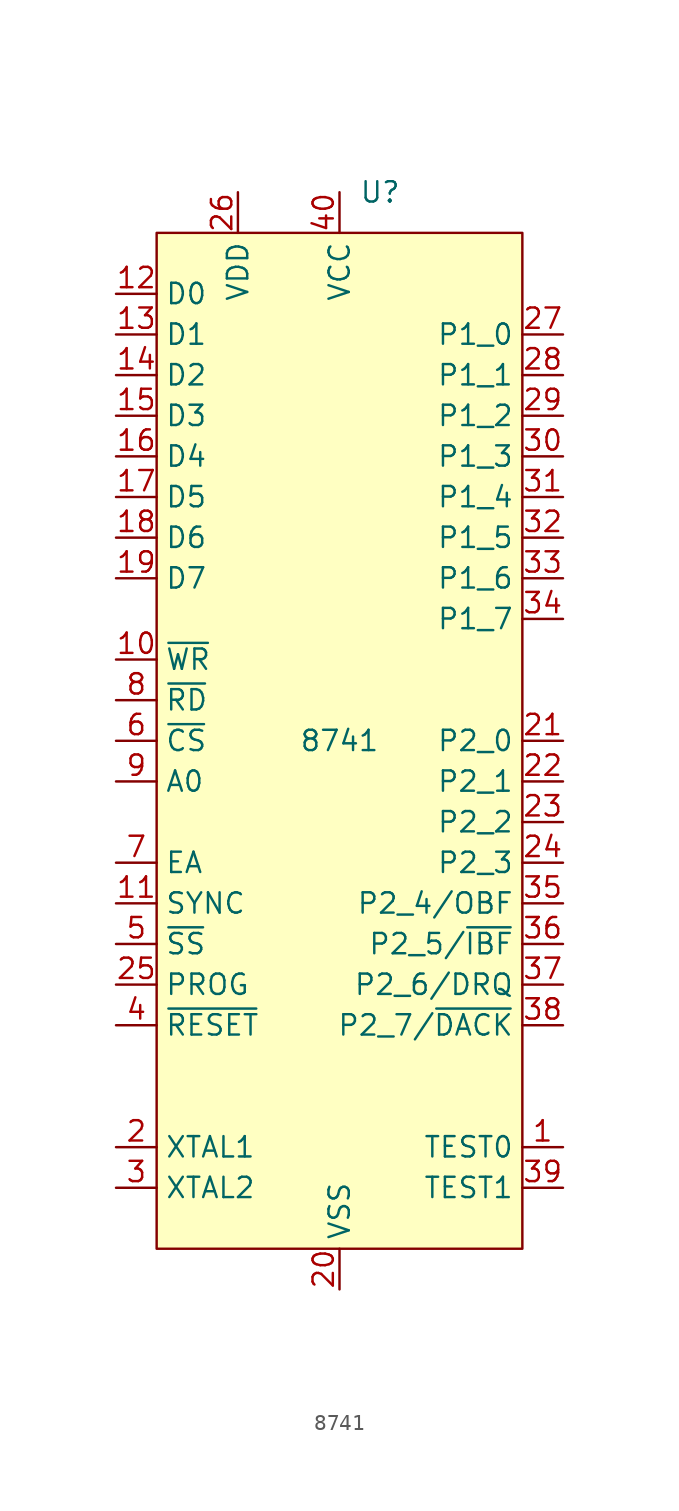
<source format=kicad_sym>
(kicad_symbol_lib
  (version 20231120)
  (generator "kicad_symbol_editor")
  (generator_version "8.0")
  (symbol "8741"
    (property "Reference" "U"
      (at 2.54 34.29 0)
      (effects (font (size 1.27 1.27))))
    (property "Value" "8741"
      (at 0 0 0)
      (effects (font (size 1.27 1.27))))
    (symbol "8741_1_1"
      (rectangle (start -11.43 31.75) (end 11.43 -31.75) (stroke (width 0) (type default)) (fill (type background)))
      (pin input line (at 13.97 -25.4 180) (length 2.54) (name "TEST0" (effects (font (size 1.27 1.27)))) (number "1" (effects (font (size 1.27 1.27)))))
      (pin input line (at -13.97 5.08 0) (length 2.54) (name "~{WR}" (effects (font (size 1.27 1.27)))) (number "10" (effects (font (size 1.27 1.27)))))
      (pin output line (at -13.97 -10.16 0) (length 2.54) (name "SYNC" (effects (font (size 1.27 1.27)))) (number "11" (effects (font (size 1.27 1.27)))))
      (pin tri_state line (at -13.97 27.94 0) (length 2.54) (name "D0" (effects (font (size 1.27 1.27)))) (number "12" (effects (font (size 1.27 1.27)))))
      (pin tri_state line (at -13.97 25.4 0) (length 2.54) (name "D1" (effects (font (size 1.27 1.27)))) (number "13" (effects (font (size 1.27 1.27)))))
      (pin tri_state line (at -13.97 22.86 0) (length 2.54) (name "D2" (effects (font (size 1.27 1.27)))) (number "14" (effects (font (size 1.27 1.27)))))
      (pin tri_state line (at -13.97 20.32 0) (length 2.54) (name "D3" (effects (font (size 1.27 1.27)))) (number "15" (effects (font (size 1.27 1.27)))))
      (pin tri_state line (at -13.97 17.78 0) (length 2.54) (name "D4" (effects (font (size 1.27 1.27)))) (number "16" (effects (font (size 1.27 1.27)))))
      (pin tri_state line (at -13.97 15.24 0) (length 2.54) (name "D5" (effects (font (size 1.27 1.27)))) (number "17" (effects (font (size 1.27 1.27)))))
      (pin tri_state line (at -13.97 12.7 0) (length 2.54) (name "D6" (effects (font (size 1.27 1.27)))) (number "18" (effects (font (size 1.27 1.27)))))
      (pin tri_state line (at -13.97 10.16 0) (length 2.54) (name "D7" (effects (font (size 1.27 1.27)))) (number "19" (effects (font (size 1.27 1.27)))))
      (pin passive line (at -13.97 -25.4 0) (length 2.54) (name "XTAL1" (effects (font (size 1.27 1.27)))) (number "2" (effects (font (size 1.27 1.27)))))
      (pin power_in line (at 0 -34.29 90) (length 2.54) (name "VSS" (effects (font (size 1.27 1.27)))) (number "20" (effects (font (size 1.27 1.27)))))
      (pin bidirectional line (at 13.97 0 180) (length 2.54) (name "P2_0" (effects (font (size 1.27 1.27)))) (number "21" (effects (font (size 1.27 1.27)))))
      (pin bidirectional line (at 13.97 -2.54 180) (length 2.54) (name "P2_1" (effects (font (size 1.27 1.27)))) (number "22" (effects (font (size 1.27 1.27)))))
      (pin bidirectional line (at 13.97 -5.08 180) (length 2.54) (name "P2_2" (effects (font (size 1.27 1.27)))) (number "23" (effects (font (size 1.27 1.27)))))
      (pin bidirectional line (at 13.97 -7.62 180) (length 2.54) (name "P2_3" (effects (font (size 1.27 1.27)))) (number "24" (effects (font (size 1.27 1.27)))))
      (pin bidirectional line (at -13.97 -15.24 0) (length 2.54) (name "PROG" (effects (font (size 1.27 1.27)))) (number "25" (effects (font (size 1.27 1.27)))))
      (pin power_in line (at -6.35 34.29 270) (length 2.54) (name "VDD" (effects (font (size 1.27 1.27)))) (number "26" (effects (font (size 1.27 1.27)))))
      (pin bidirectional line (at 13.97 25.4 180) (length 2.54) (name "P1_0" (effects (font (size 1.27 1.27)))) (number "27" (effects (font (size 1.27 1.27)))))
      (pin bidirectional line (at 13.97 22.86 180) (length 2.54) (name "P1_1" (effects (font (size 1.27 1.27)))) (number "28" (effects (font (size 1.27 1.27)))))
      (pin bidirectional line (at 13.97 20.32 180) (length 2.54) (name "P1_2" (effects (font (size 1.27 1.27)))) (number "29" (effects (font (size 1.27 1.27)))))
      (pin passive line (at -13.97 -27.94 0) (length 2.54) (name "XTAL2" (effects (font (size 1.27 1.27)))) (number "3" (effects (font (size 1.27 1.27)))))
      (pin bidirectional line (at 13.97 17.78 180) (length 2.54) (name "P1_3" (effects (font (size 1.27 1.27)))) (number "30" (effects (font (size 1.27 1.27)))))
      (pin bidirectional line (at 13.97 15.24 180) (length 2.54) (name "P1_4" (effects (font (size 1.27 1.27)))) (number "31" (effects (font (size 1.27 1.27)))))
      (pin bidirectional line (at 13.97 12.7 180) (length 2.54) (name "P1_5" (effects (font (size 1.27 1.27)))) (number "32" (effects (font (size 1.27 1.27)))))
      (pin bidirectional line (at 13.97 10.16 180) (length 2.54) (name "P1_6" (effects (font (size 1.27 1.27)))) (number "33" (effects (font (size 1.27 1.27)))))
      (pin bidirectional line (at 13.97 7.62 180) (length 2.54) (name "P1_7" (effects (font (size 1.27 1.27)))) (number "34" (effects (font (size 1.27 1.27)))))
      (pin bidirectional line (at 13.97 -10.16 180) (length 2.54) (name "P2_4/OBF" (effects (font (size 1.27 1.27)))) (number "35" (effects (font (size 1.27 1.27)))))
      (pin bidirectional line (at 13.97 -12.7 180) (length 2.54) (name "P2_5/~{IBF}" (effects (font (size 1.27 1.27)))) (number "36" (effects (font (size 1.27 1.27)))))
      (pin bidirectional line (at 13.97 -15.24 180) (length 2.54) (name "P2_6/DRQ" (effects (font (size 1.27 1.27)))) (number "37" (effects (font (size 1.27 1.27)))))
      (pin bidirectional line (at 13.97 -17.78 180) (length 2.54) (name "P2_7/~{DACK}" (effects (font (size 1.27 1.27)))) (number "38" (effects (font (size 1.27 1.27)))))
      (pin input line (at 13.97 -27.94 180) (length 2.54) (name "TEST1" (effects (font (size 1.27 1.27)))) (number "39" (effects (font (size 1.27 1.27)))))
      (pin input line (at -13.97 -17.78 0) (length 2.54) (name "~{RESET}" (effects (font (size 1.27 1.27)))) (number "4" (effects (font (size 1.27 1.27)))))
      (pin power_in line (at 0 34.29 270) (length 2.54) (name "VCC" (effects (font (size 1.27 1.27)))) (number "40" (effects (font (size 1.27 1.27)))))
      (pin input line (at -13.97 -12.7 0) (length 2.54) (name "~{SS}" (effects (font (size 1.27 1.27)))) (number "5" (effects (font (size 1.27 1.27)))))
      (pin input line (at -13.97 0 0) (length 2.54) (name "~{CS}" (effects (font (size 1.27 1.27)))) (number "6" (effects (font (size 1.27 1.27)))))
      (pin input line (at -13.97 -7.62 0) (length 2.54) (name "EA" (effects (font (size 1.27 1.27)))) (number "7" (effects (font (size 1.27 1.27)))))
      (pin input line (at -13.97 2.54 0) (length 2.54) (name "~{RD}" (effects (font (size 1.27 1.27)))) (number "8" (effects (font (size 1.27 1.27)))))
      (pin input line (at -13.97 -2.54 0) (length 2.54) (name "A0" (effects (font (size 1.27 1.27)))) (number "9" (effects (font (size 1.27 1.27))))))))
</source>
